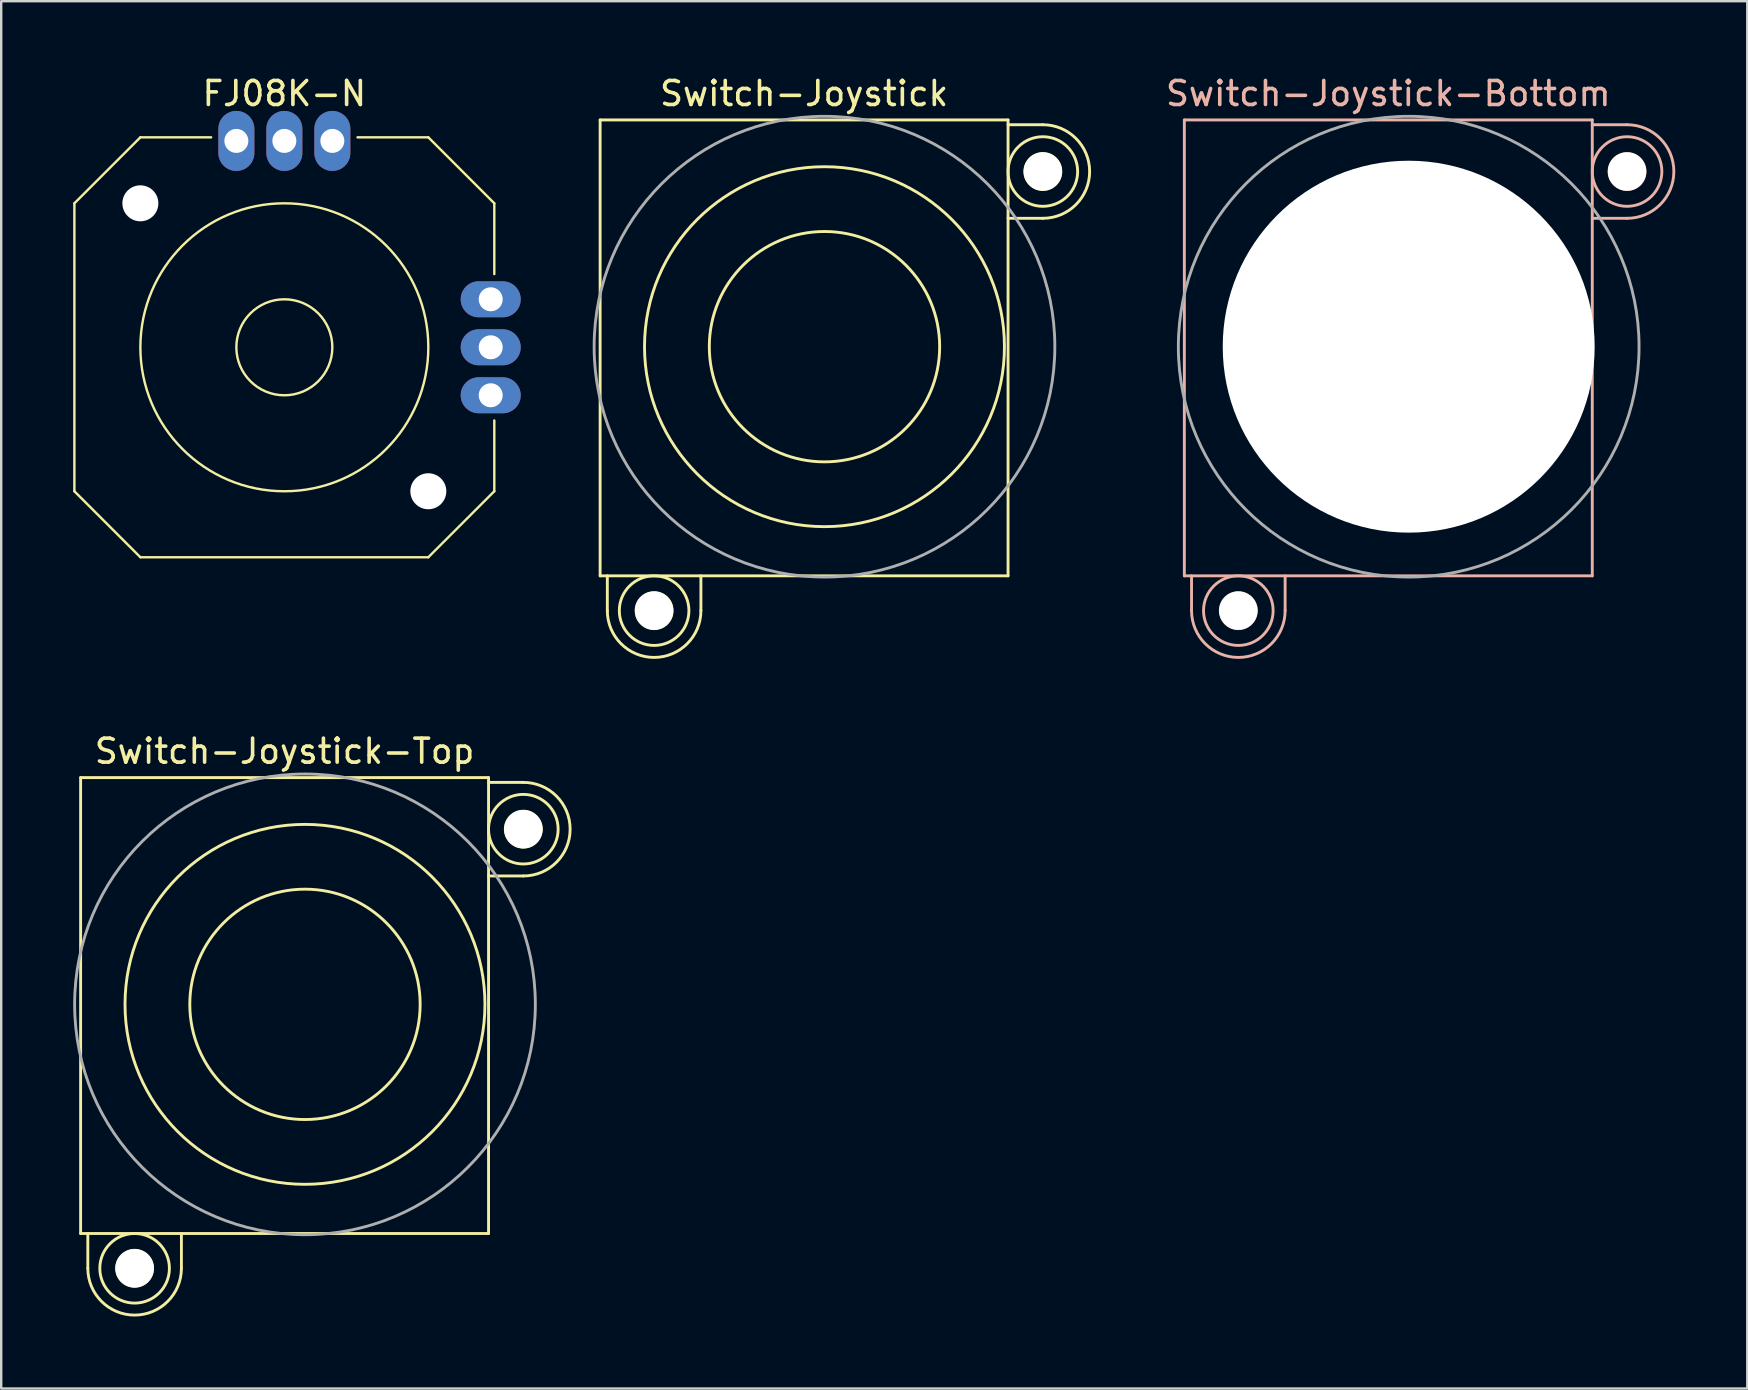
<source format=kicad_pcb>
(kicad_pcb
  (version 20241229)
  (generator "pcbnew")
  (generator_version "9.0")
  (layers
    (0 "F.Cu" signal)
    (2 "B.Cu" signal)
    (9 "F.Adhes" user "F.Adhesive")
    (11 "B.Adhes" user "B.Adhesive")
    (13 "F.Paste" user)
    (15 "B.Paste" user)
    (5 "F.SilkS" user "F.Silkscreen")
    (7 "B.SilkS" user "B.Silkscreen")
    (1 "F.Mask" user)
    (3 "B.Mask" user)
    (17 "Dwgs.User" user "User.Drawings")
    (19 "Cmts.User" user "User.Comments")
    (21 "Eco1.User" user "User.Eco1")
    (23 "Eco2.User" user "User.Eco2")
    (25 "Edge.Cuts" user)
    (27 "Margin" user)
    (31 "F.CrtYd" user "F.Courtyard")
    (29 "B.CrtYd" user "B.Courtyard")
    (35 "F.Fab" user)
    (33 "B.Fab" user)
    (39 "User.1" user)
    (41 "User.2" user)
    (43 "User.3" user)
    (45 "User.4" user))
  (footprint "Switch-Joystick-Top"
    (layer "F.Cu")
    (at 9.66 38.806)
    (property "Reference" "Switch-Joystick-Top" (at -0.85 -10.55 0) (layer "F.SilkS") (effects (font (size 1 1) (thickness 0.15))))
    (attr exclude_from_pos_files exclude_from_bom)
    (fp_line (start -9.35 -9.45) (end 7.65 -9.45) (stroke (width 0.12) (type solid)) (layer "F.SilkS"))
    (fp_line (start -9.35 9.55) (end -9.35 -9.45) (stroke (width 0.12) (type solid)) (layer "F.SilkS"))
    (fp_line (start -9.05 11) (end -9.05 9.55) (stroke (width 0.12) (type solid)) (layer "F.SilkS"))
    (fp_line (start -5.15 11) (end -5.15 9.55) (stroke (width 0.12) (type solid)) (layer "F.SilkS"))
    (fp_line (start 7.65 -9.45) (end 7.65 9.55) (stroke (width 0.12) (type solid)) (layer "F.SilkS"))
    (fp_line (start 7.65 9.55) (end -9.35 9.55) (stroke (width 0.12) (type solid)) (layer "F.SilkS"))
    (fp_line (start 9.1 -9.25) (end 7.65 -9.25) (stroke (width 0.12) (type solid)) (layer "F.SilkS"))
    (fp_line (start 9.1 -5.35) (end 7.65 -5.35) (stroke (width 0.12) (type solid)) (layer "F.SilkS"))
    (fp_arc (start -5.15 11) (mid -7.1 12.95) (end -9.05 11) (stroke (width 0.12) (type solid)) (layer "F.SilkS"))
    (fp_arc (start 9.1 -9.25) (mid 11.05 -7.3) (end 9.1 -5.35) (stroke (width 0.12) (type solid)) (layer "F.SilkS"))
    (fp_circle (center -7.1 11) (end -6.35 11) (stroke (width 0.12) (type solid)) (fill no) (layer "F.SilkS"))
    (fp_circle (center -7.1 11) (end -5.65 11) (stroke (width 0.12) (type solid)) (fill no) (layer "F.SilkS"))
    (fp_circle (center 0 0) (end 4.8 0) (stroke (width 0.12) (type solid)) (fill no) (layer "F.SilkS"))
    (fp_circle (center 0 0) (end 7.5 0) (stroke (width 0.12) (type solid)) (fill no) (layer "F.SilkS"))
    (fp_circle (center 9.1 -7.3) (end 9.85 -7.3) (stroke (width 0.12) (type solid)) (fill no) (layer "F.SilkS"))
    (fp_circle (center 9.1 -7.3) (end 10.55 -7.3) (stroke (width 0.12) (type solid)) (fill no) (layer "F.SilkS"))
    (fp_circle (center 0 0) (end 9.6 0) (stroke (width 0.12) (type solid)) (fill no) (layer "F.Fab"))
    (pad "" np_thru_hole circle (at -7.1 11) (size 1.6 1.6) (drill 1.6) (layers "*.Cu" "*.Mask"))
    (pad "" np_thru_hole circle (at 9.1 -7.3) (size 1.6 1.6) (drill 1.6) (layers "*.Cu" "*.Mask")))
  (footprint "Switch-Joystick"
    (layer "F.Cu")
    (at 31.31 11.398)
    (property "Reference" "Switch-Joystick" (at -0.85 -10.55 0) (layer "F.SilkS") (effects (font (size 1 1) (thickness 0.15))))
    (attr through_hole)
    (fp_line (start -9.35 -9.45) (end 7.65 -9.45) (stroke (width 0.12) (type solid)) (layer "F.SilkS"))
    (fp_line (start -9.35 9.55) (end -9.35 -9.45) (stroke (width 0.12) (type solid)) (layer "F.SilkS"))
    (fp_line (start -9.05 11) (end -9.05 9.55) (stroke (width 0.12) (type solid)) (layer "F.SilkS"))
    (fp_line (start -5.15 11) (end -5.15 9.55) (stroke (width 0.12) (type solid)) (layer "F.SilkS"))
    (fp_line (start 7.65 -9.45) (end 7.65 9.55) (stroke (width 0.12) (type solid)) (layer "F.SilkS"))
    (fp_line (start 7.65 9.55) (end -9.35 9.55) (stroke (width 0.12) (type solid)) (layer "F.SilkS"))
    (fp_line (start 9.1 -9.25) (end 7.65 -9.25) (stroke (width 0.12) (type solid)) (layer "F.SilkS"))
    (fp_line (start 9.1 -5.35) (end 7.65 -5.35) (stroke (width 0.12) (type solid)) (layer "F.SilkS"))
    (fp_arc (start -5.15 11) (mid -7.1 12.95) (end -9.05 11) (stroke (width 0.12) (type solid)) (layer "F.SilkS"))
    (fp_arc (start 9.1 -9.25) (mid 11.05 -7.3) (end 9.1 -5.35) (stroke (width 0.12) (type solid)) (layer "F.SilkS"))
    (fp_circle (center -7.1 11) (end -6.35 11) (stroke (width 0.12) (type solid)) (fill no) (layer "F.SilkS"))
    (fp_circle (center -7.1 11) (end -5.65 11) (stroke (width 0.12) (type solid)) (fill no) (layer "F.SilkS"))
    (fp_circle (center 0 0) (end 4.8 0) (stroke (width 0.12) (type solid)) (fill no) (layer "F.SilkS"))
    (fp_circle (center 0 0) (end 7.5 0) (stroke (width 0.12) (type solid)) (fill no) (layer "F.SilkS"))
    (fp_circle (center 9.1 -7.3) (end 9.85 -7.3) (stroke (width 0.12) (type solid)) (fill no) (layer "F.SilkS"))
    (fp_circle (center 9.1 -7.3) (end 10.55 -7.3) (stroke (width 0.12) (type solid)) (fill no) (layer "F.SilkS"))
    (fp_circle (center 0 0) (end 9.6 0) (stroke (width 0.12) (type solid)) (fill no) (layer "F.Fab"))
    (pad "" np_thru_hole circle (at -7.1 11) (size 1.6 1.6) (drill 1.6) (layers "*.Cu" "*.Mask"))
    (pad "" np_thru_hole circle (at 9.1 -7.3) (size 1.6 1.6) (drill 1.6) (layers "*.Cu" "*.Mask")))
  (footprint "Switch-Joystick-Bottom"
    (layer "F.Cu")
    (at 55.657 11.398)
    (property "Reference" "Switch-Joystick-Bottom" (at -0.85 -10.55 0) (layer "B.SilkS") (effects (font (size 1 1) (thickness 0.15))))
    (attr exclude_from_pos_files exclude_from_bom)
    (fp_line (start -9.35 -9.45) (end 7.65 -9.45) (stroke (width 0.12) (type solid)) (layer "B.SilkS"))
    (fp_line (start -9.35 9.55) (end -9.35 -9.45) (stroke (width 0.12) (type solid)) (layer "B.SilkS"))
    (fp_line (start -9.05 11) (end -9.05 9.55) (stroke (width 0.12) (type solid)) (layer "B.SilkS"))
    (fp_line (start -5.15 11) (end -5.15 9.55) (stroke (width 0.12) (type solid)) (layer "B.SilkS"))
    (fp_line (start 7.65 -9.45) (end 7.65 9.55) (stroke (width 0.12) (type solid)) (layer "B.SilkS"))
    (fp_line (start 7.65 9.55) (end -9.35 9.55) (stroke (width 0.12) (type solid)) (layer "B.SilkS"))
    (fp_line (start 9.1 -9.25) (end 7.65 -9.25) (stroke (width 0.12) (type solid)) (layer "B.SilkS"))
    (fp_line (start 9.1 -5.35) (end 7.65 -5.35) (stroke (width 0.12) (type solid)) (layer "B.SilkS"))
    (fp_arc (start -5.15 11) (mid -7.1 12.95) (end -9.05 11) (stroke (width 0.12) (type solid)) (layer "B.SilkS"))
    (fp_arc (start 9.1 -9.25) (mid 11.05 -7.3) (end 9.1 -5.35) (stroke (width 0.12) (type solid)) (layer "B.SilkS"))
    (fp_circle (center -7.1 11) (end -6.35 11) (stroke (width 0.12) (type solid)) (fill no) (layer "B.SilkS"))
    (fp_circle (center -7.1 11) (end -5.65 11) (stroke (width 0.12) (type solid)) (fill no) (layer "B.SilkS"))
    (fp_circle (center 9.1 -7.3) (end 9.85 -7.3) (stroke (width 0.12) (type solid)) (fill no) (layer "B.SilkS"))
    (fp_circle (center 9.1 -7.3) (end 10.55 -7.3) (stroke (width 0.12) (type solid)) (fill no) (layer "B.SilkS"))
    (fp_circle (center 0 0) (end 9.6 0) (stroke (width 0.12) (type solid)) (fill no) (layer "F.Fab"))
    (pad "" np_thru_hole circle (at -7.1 11) (size 1.6 1.6) (drill 1.6) (layers "*.Cu" "*.Mask"))
    (pad "" np_thru_hole circle (at 0 0) (size 15.5 15.5) (drill 15.5) (layers "*.Cu" "*.Mask"))
    (pad "" np_thru_hole circle (at 9.1 -7.3) (size 1.6 1.6) (drill 1.6) (layers "*.Cu" "*.Mask")))
  (footprint "FJ08K-N"
    (layer "F.Cu")
    (at 8.8 11.423)
    (property "Reference" "FJ08K-N" (at 0 -10.575 0) (layer "F.SilkS") (effects (font (size 1 1) (thickness 0.15))))
    (attr through_hole)
    (fp_line (start -8.75 -6) (end -8.75 6) (stroke (width 0.1) (type solid)) (layer "F.SilkS"))
    (fp_line (start -6 -8.75) (end -8.75 -6) (stroke (width 0.1) (type solid)) (layer "F.SilkS"))
    (fp_line (start -6 -8.75) (end -3.05 -8.75) (stroke (width 0.1) (type solid)) (layer "F.SilkS"))
    (fp_line (start -6 8.75) (end -8.75 6) (stroke (width 0.1) (type solid)) (layer "F.SilkS"))
    (fp_line (start -6 8.75) (end 6 8.75) (stroke (width 0.1) (type solid)) (layer "F.SilkS"))
    (fp_line (start 6 -8.75) (end 3.05 -8.75) (stroke (width 0.1) (type solid)) (layer "F.SilkS"))
    (fp_line (start 6 -8.75) (end 8.75 -6) (stroke (width 0.1) (type solid)) (layer "F.SilkS"))
    (fp_line (start 8.75 -6) (end 8.75 -3.05) (stroke (width 0.1) (type solid)) (layer "F.SilkS"))
    (fp_line (start 8.75 6) (end 6 8.75) (stroke (width 0.1) (type solid)) (layer "F.SilkS"))
    (fp_line (start 8.75 6) (end 8.75 3.05) (stroke (width 0.1) (type solid)) (layer "F.SilkS"))
    (fp_circle (center 0 0) (end 2 0) (stroke (width 0.1) (type solid)) (fill no) (layer "F.SilkS"))
    (fp_circle (center 0 0) (end 6 0) (stroke (width 0.1) (type solid)) (fill no) (layer "F.SilkS"))
    (pad "" np_thru_hole circle (at -6 -6) (size 1.5 1.5) (drill 1.5) (layers "*.Cu" "*.Mask"))
    (pad "" np_thru_hole circle (at 6 6) (size 1.5 1.5) (drill 1.5) (layers "*.Cu" "*.Mask"))
    (pad "1" thru_hole oval (at 2 -8.6 270) (size 2.5 1.5) (drill 1) (layers "*.Cu" "*.Mask"))
    (pad "2" thru_hole oval (at 0 -8.6 90) (size 2.5 1.5) (drill 1) (layers "*.Cu" "*.Mask"))
    (pad "3" thru_hole oval (at -2 -8.6 90) (size 2.5 1.5) (drill 1) (layers "*.Cu" "*.Mask"))
    (pad "4" thru_hole oval (at 8.6 2 180) (size 2.5 1.5) (drill 1) (layers "*.Cu" "*.Mask"))
    (pad "5" thru_hole oval (at 8.6 0 180) (size 2.5 1.5) (drill 1) (layers "*.Cu" "*.Mask"))
    (pad "6" thru_hole oval (at 8.6 -2 180) (size 2.5 1.5) (drill 1) (layers "*.Cu" "*.Mask")))
  (gr_rect
    (start -3 -3)
    (end 69.767 54.816)
    (stroke (width 0.1) (type default))
    (fill no)
    (layer "Edge.Cuts")))
</source>
